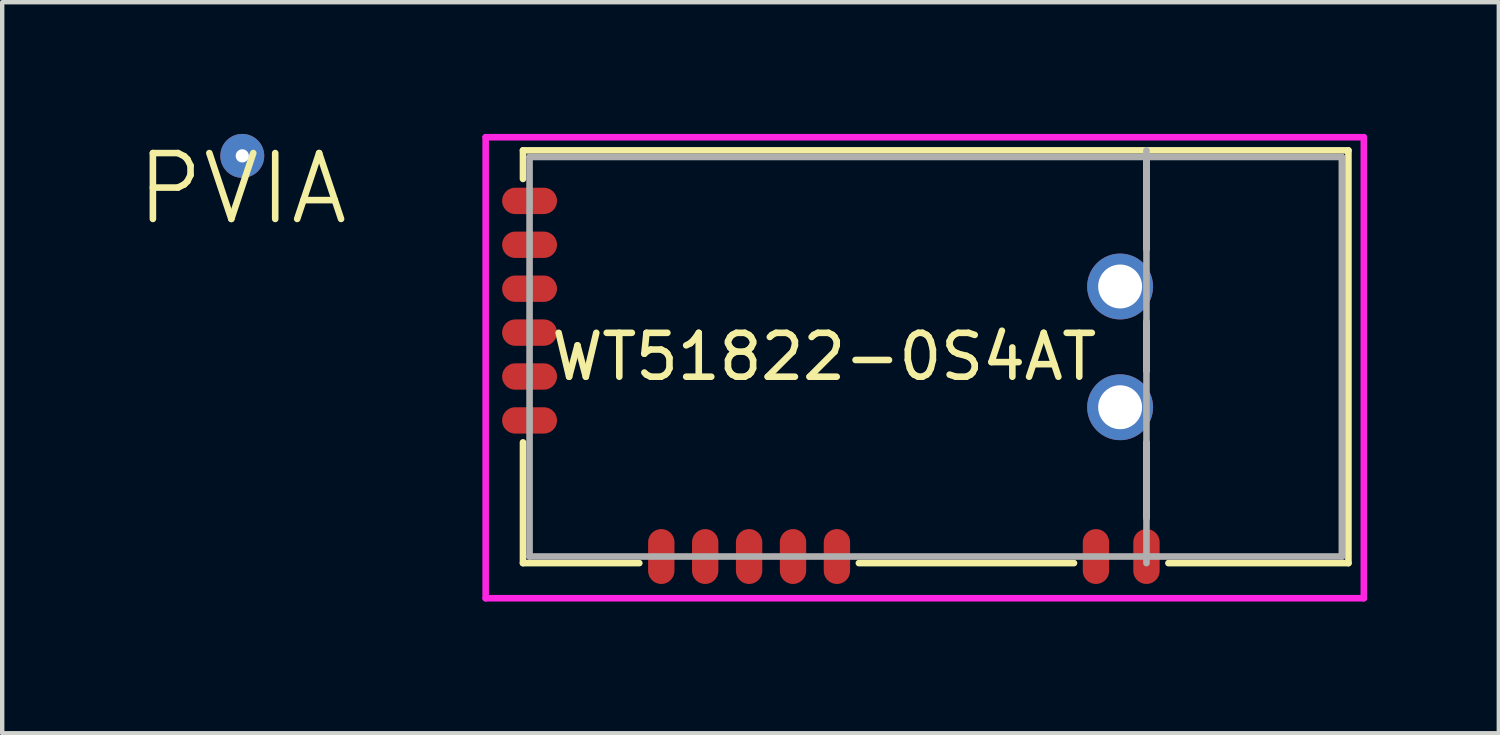
<source format=kicad_pcb>
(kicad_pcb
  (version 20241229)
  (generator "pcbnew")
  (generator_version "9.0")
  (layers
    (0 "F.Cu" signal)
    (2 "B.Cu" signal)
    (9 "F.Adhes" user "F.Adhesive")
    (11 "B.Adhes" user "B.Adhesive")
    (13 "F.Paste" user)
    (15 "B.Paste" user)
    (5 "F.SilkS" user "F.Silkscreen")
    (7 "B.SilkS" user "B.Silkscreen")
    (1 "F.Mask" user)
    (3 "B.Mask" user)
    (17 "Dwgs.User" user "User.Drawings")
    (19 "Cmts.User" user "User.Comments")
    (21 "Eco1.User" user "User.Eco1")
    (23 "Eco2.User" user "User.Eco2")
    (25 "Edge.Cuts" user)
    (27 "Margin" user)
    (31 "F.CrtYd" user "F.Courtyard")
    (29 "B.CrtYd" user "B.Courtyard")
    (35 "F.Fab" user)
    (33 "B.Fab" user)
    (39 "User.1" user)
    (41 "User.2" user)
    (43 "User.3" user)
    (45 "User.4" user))
  (footprint "WT51822-0S4AT"
    (layer "F.Cu")
    (at 18.261 5.075)
    (property "Reference" "WT51822-0S4AT" (at -2.54 0 180) (layer "F.SilkS") (effects (font (size 1 1) (thickness 0.15))))
    (attr through_hole)
    (fp_line (start -9.4 -4.7) (end -9.4 -4.05) (stroke (width 0.15) (type solid)) (layer "F.SilkS"))
    (fp_line (start -9.4 -4.7) (end 9.4 -4.7) (stroke (width 0.15) (type solid)) (layer "F.SilkS"))
    (fp_line (start -9.4 1.95) (end -9.4 4.7) (stroke (width 0.15) (type solid)) (layer "F.SilkS"))
    (fp_line (start -9.4 4.7) (end -6.75 4.7) (stroke (width 0.15) (type solid)) (layer "F.SilkS"))
    (fp_line (start -1.75 4.7) (end 3.15 4.7) (stroke (width 0.15) (type solid)) (layer "F.SilkS"))
    (fp_line (start 4.8 -4.7) (end 4.8 -2.45) (stroke (width 0.15) (type solid)) (layer "F.SilkS"))
    (fp_line (start 4.8 -0.8) (end 4.8 0.325) (stroke (width 0.15) (type solid)) (layer "F.SilkS"))
    (fp_line (start 4.8 1.95) (end 4.8 3.675) (stroke (width 0.15) (type solid)) (layer "F.SilkS"))
    (fp_line (start 5.3 4.7) (end 9.4 4.7) (stroke (width 0.15) (type solid)) (layer "F.SilkS"))
    (fp_line (start 9.4 -4.7) (end 9.4 4.7) (stroke (width 0.15) (type solid)) (layer "F.SilkS"))
    (fp_line (start -10.25 -5) (end -10.25 5.5) (stroke (width 0.15) (type solid)) (layer "F.CrtYd"))
    (fp_line (start -10.25 5.5) (end 9.75 5.5) (stroke (width 0.15) (type solid)) (layer "F.CrtYd"))
    (fp_line (start 9.75 -5) (end -10.25 -5) (stroke (width 0.15) (type solid)) (layer "F.CrtYd"))
    (fp_line (start 9.75 5.5) (end 9.75 -5) (stroke (width 0.15) (type solid)) (layer "F.CrtYd"))
    (fp_line (start -9.25 -4.55) (end -9.25 4.55) (stroke (width 0.15) (type solid)) (layer "F.Fab"))
    (fp_line (start -9.25 -4.55) (end 9.25 -4.55) (stroke (width 0.15) (type solid)) (layer "F.Fab"))
    (fp_line (start -9.25 4.55) (end 9.25 4.55) (stroke (width 0.15) (type solid)) (layer "F.Fab"))
    (fp_line (start 4.8 -4.7) (end 4.8 4.7) (stroke (width 0.15) (type solid)) (layer "F.Fab"))
    (fp_line (start 9.25 -4.55) (end 9.25 4.55) (stroke (width 0.15) (type solid)) (layer "F.Fab"))
    (pad "1" smd oval (at -9.25 -3.55) (size 1.25 0.6) (layers "F.Cu" "F.Mask" "F.Paste"))
    (pad "2" smd oval (at -9.25 -2.55) (size 1.25 0.6) (layers "F.Cu" "F.Mask" "F.Paste"))
    (pad "3" smd oval (at -9.25 -1.55) (size 1.25 0.6) (layers "F.Cu" "F.Mask" "F.Paste"))
    (pad "4" smd oval (at -9.25 -0.55) (size 1.25 0.6) (layers "F.Cu" "F.Mask" "F.Paste"))
    (pad "5" smd oval (at -9.25 0.45) (size 1.25 0.6) (layers "F.Cu" "F.Mask" "F.Paste"))
    (pad "6" smd oval (at -9.25 1.45) (size 1.25 0.6) (layers "F.Cu" "F.Mask" "F.Paste"))
    (pad "7" smd oval (at -6.25 4.55 90) (size 1.25 0.6) (layers "F.Cu" "F.Mask" "F.Paste"))
    (pad "8" smd oval (at -5.25 4.55 90) (size 1.25 0.6) (layers "F.Cu" "F.Mask" "F.Paste"))
    (pad "9" smd oval (at -4.25 4.55 90) (size 1.25 0.6) (layers "F.Cu" "F.Mask" "F.Paste"))
    (pad "10" smd oval (at -3.25 4.55 90) (size 1.25 0.6) (layers "F.Cu" "F.Mask" "F.Paste"))
    (pad "11" smd oval (at -2.25 4.55 90) (size 1.25 0.6) (layers "F.Cu" "F.Mask" "F.Paste"))
    (pad "12" smd oval (at 3.65 4.55 90) (size 1.25 0.6) (layers "F.Cu" "F.Mask" "F.Paste"))
    (pad "13" smd oval (at 4.8 4.55 90) (size 1.25 0.6) (layers "F.Cu" "F.Mask" "F.Paste"))
    (pad "14" thru_hole circle (at 4.2 1.15) (size 1.5 1.5) (drill 1) (layers "*.Cu" "*.Mask"))
    (pad "15" thru_hole circle (at 4.2 -1.6) (size 1.5 1.5) (drill 1) (layers "*.Cu" "*.Mask")))
  (footprint "PVIA"
    (layer "F.Cu")
    (at 2.468 0.5)
    (property "Reference" "PVIA" (at 0 0.75 0) (layer "F.SilkS") (effects (font (size 1.5 1.5) (thickness 0.15))))
    (attr through_hole)
    (pad "" thru_hole circle (at 0 0) (size 1 1) (drill 0.3) (layers "*.Cu")))
  (gr_rect
    (start -3 -3)
    (end 31.086 13.65)
    (stroke (width 0.1) (type default))
    (fill no)
    (layer "Edge.Cuts")))
</source>
